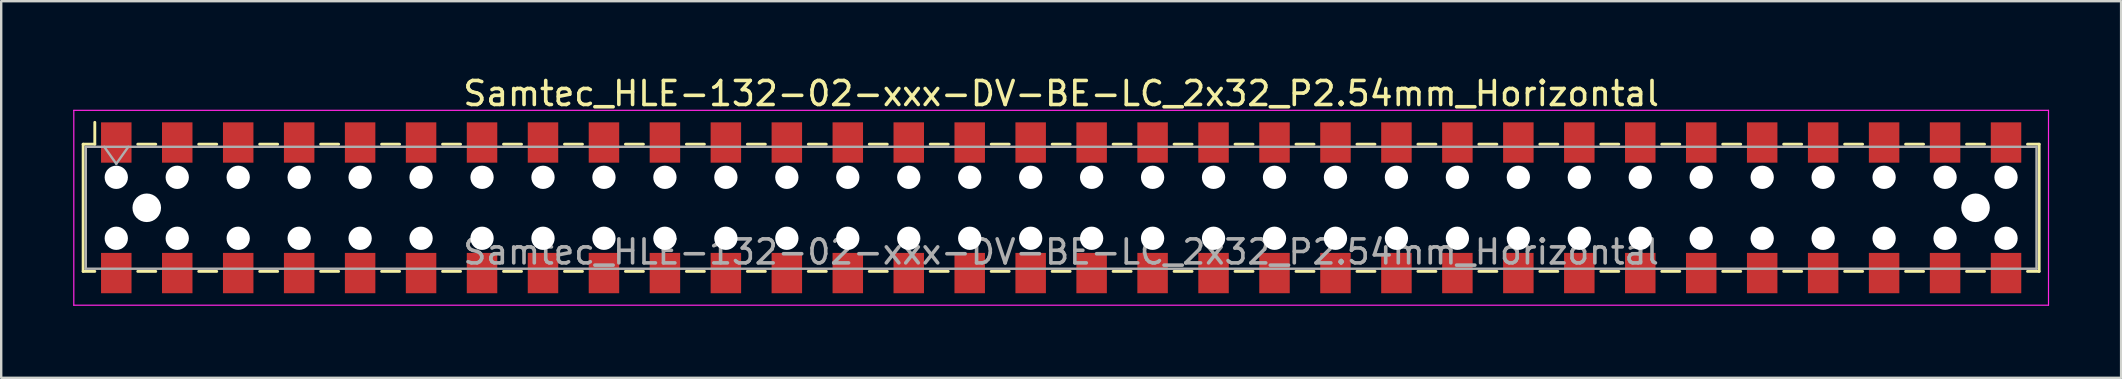
<source format=kicad_pcb>
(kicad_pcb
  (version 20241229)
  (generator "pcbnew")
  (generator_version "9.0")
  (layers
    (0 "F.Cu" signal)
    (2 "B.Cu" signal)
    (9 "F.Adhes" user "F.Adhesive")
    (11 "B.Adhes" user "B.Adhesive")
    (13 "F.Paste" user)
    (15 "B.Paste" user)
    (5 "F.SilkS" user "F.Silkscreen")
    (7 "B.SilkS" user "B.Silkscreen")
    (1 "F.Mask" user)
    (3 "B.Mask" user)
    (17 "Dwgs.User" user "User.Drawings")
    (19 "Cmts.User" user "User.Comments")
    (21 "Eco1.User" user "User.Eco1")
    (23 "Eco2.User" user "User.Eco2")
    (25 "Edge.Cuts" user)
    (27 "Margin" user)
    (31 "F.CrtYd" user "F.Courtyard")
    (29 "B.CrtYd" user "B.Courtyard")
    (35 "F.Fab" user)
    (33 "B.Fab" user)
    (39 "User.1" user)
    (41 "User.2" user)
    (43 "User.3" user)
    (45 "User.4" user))
  (footprint "Samtec_HLE-132-02-xxx-DV-BE-LC_2x32_P2.54mm_Horizontal"
    (layer "F.Cu")
    (at 41.165 5.608)
    (property "Reference" "Samtec_HLE-132-02-xxx-DV-BE-LC_2x32_P2.54mm_Horizontal" (at 0 -4.76 0) (layer "F.SilkS") (effects (font (size 1 1) (thickness 0.15))))
    (attr smd)
    (fp_line (start -40.75 -2.65) (end -40.75 2.65) (stroke (width 0.12) (type solid)) (layer "F.SilkS"))
    (fp_line (start -40.75 2.65) (end -40.265 2.65) (stroke (width 0.12) (type solid)) (layer "F.SilkS"))
    (fp_line (start -40.265 -3.56) (end -40.265 -2.65) (stroke (width 0.12) (type solid)) (layer "F.SilkS"))
    (fp_line (start -40.265 -2.65) (end -40.75 -2.65) (stroke (width 0.12) (type solid)) (layer "F.SilkS"))
    (fp_line (start -38.475 -2.65) (end -37.725 -2.65) (stroke (width 0.12) (type solid)) (layer "F.SilkS"))
    (fp_line (start -38.475 2.65) (end -37.725 2.65) (stroke (width 0.12) (type solid)) (layer "F.SilkS"))
    (fp_line (start -35.935 -2.65) (end -35.185 -2.65) (stroke (width 0.12) (type solid)) (layer "F.SilkS"))
    (fp_line (start -35.935 2.65) (end -35.185 2.65) (stroke (width 0.12) (type solid)) (layer "F.SilkS"))
    (fp_line (start -33.395 -2.65) (end -32.645 -2.65) (stroke (width 0.12) (type solid)) (layer "F.SilkS"))
    (fp_line (start -33.395 2.65) (end -32.645 2.65) (stroke (width 0.12) (type solid)) (layer "F.SilkS"))
    (fp_line (start -30.855 -2.65) (end -30.105 -2.65) (stroke (width 0.12) (type solid)) (layer "F.SilkS"))
    (fp_line (start -30.855 2.65) (end -30.105 2.65) (stroke (width 0.12) (type solid)) (layer "F.SilkS"))
    (fp_line (start -28.315 -2.65) (end -27.565 -2.65) (stroke (width 0.12) (type solid)) (layer "F.SilkS"))
    (fp_line (start -28.315 2.65) (end -27.565 2.65) (stroke (width 0.12) (type solid)) (layer "F.SilkS"))
    (fp_line (start -25.775 -2.65) (end -25.025 -2.65) (stroke (width 0.12) (type solid)) (layer "F.SilkS"))
    (fp_line (start -25.775 2.65) (end -25.025 2.65) (stroke (width 0.12) (type solid)) (layer "F.SilkS"))
    (fp_line (start -23.235 -2.65) (end -22.485 -2.65) (stroke (width 0.12) (type solid)) (layer "F.SilkS"))
    (fp_line (start -23.235 2.65) (end -22.485 2.65) (stroke (width 0.12) (type solid)) (layer "F.SilkS"))
    (fp_line (start -20.695 -2.65) (end -19.945 -2.65) (stroke (width 0.12) (type solid)) (layer "F.SilkS"))
    (fp_line (start -20.695 2.65) (end -19.945 2.65) (stroke (width 0.12) (type solid)) (layer "F.SilkS"))
    (fp_line (start -18.155 -2.65) (end -17.405 -2.65) (stroke (width 0.12) (type solid)) (layer "F.SilkS"))
    (fp_line (start -18.155 2.65) (end -17.405 2.65) (stroke (width 0.12) (type solid)) (layer "F.SilkS"))
    (fp_line (start -15.615 -2.65) (end -14.865 -2.65) (stroke (width 0.12) (type solid)) (layer "F.SilkS"))
    (fp_line (start -15.615 2.65) (end -14.865 2.65) (stroke (width 0.12) (type solid)) (layer "F.SilkS"))
    (fp_line (start -13.075 -2.65) (end -12.325 -2.65) (stroke (width 0.12) (type solid)) (layer "F.SilkS"))
    (fp_line (start -13.075 2.65) (end -12.325 2.65) (stroke (width 0.12) (type solid)) (layer "F.SilkS"))
    (fp_line (start -10.535 -2.65) (end -9.785 -2.65) (stroke (width 0.12) (type solid)) (layer "F.SilkS"))
    (fp_line (start -10.535 2.65) (end -9.785 2.65) (stroke (width 0.12) (type solid)) (layer "F.SilkS"))
    (fp_line (start -7.995 -2.65) (end -7.245 -2.65) (stroke (width 0.12) (type solid)) (layer "F.SilkS"))
    (fp_line (start -7.995 2.65) (end -7.245 2.65) (stroke (width 0.12) (type solid)) (layer "F.SilkS"))
    (fp_line (start -5.455 -2.65) (end -4.705 -2.65) (stroke (width 0.12) (type solid)) (layer "F.SilkS"))
    (fp_line (start -5.455 2.65) (end -4.705 2.65) (stroke (width 0.12) (type solid)) (layer "F.SilkS"))
    (fp_line (start -2.915 -2.65) (end -2.165 -2.65) (stroke (width 0.12) (type solid)) (layer "F.SilkS"))
    (fp_line (start -2.915 2.65) (end -2.165 2.65) (stroke (width 0.12) (type solid)) (layer "F.SilkS"))
    (fp_line (start -0.375 -2.65) (end 0.375 -2.65) (stroke (width 0.12) (type solid)) (layer "F.SilkS"))
    (fp_line (start -0.375 2.65) (end 0.375 2.65) (stroke (width 0.12) (type solid)) (layer "F.SilkS"))
    (fp_line (start 2.165 -2.65) (end 2.915 -2.65) (stroke (width 0.12) (type solid)) (layer "F.SilkS"))
    (fp_line (start 2.165 2.65) (end 2.915 2.65) (stroke (width 0.12) (type solid)) (layer "F.SilkS"))
    (fp_line (start 4.705 -2.65) (end 5.455 -2.65) (stroke (width 0.12) (type solid)) (layer "F.SilkS"))
    (fp_line (start 4.705 2.65) (end 5.455 2.65) (stroke (width 0.12) (type solid)) (layer "F.SilkS"))
    (fp_line (start 7.245 -2.65) (end 7.995 -2.65) (stroke (width 0.12) (type solid)) (layer "F.SilkS"))
    (fp_line (start 7.245 2.65) (end 7.995 2.65) (stroke (width 0.12) (type solid)) (layer "F.SilkS"))
    (fp_line (start 9.785 -2.65) (end 10.535 -2.65) (stroke (width 0.12) (type solid)) (layer "F.SilkS"))
    (fp_line (start 9.785 2.65) (end 10.535 2.65) (stroke (width 0.12) (type solid)) (layer "F.SilkS"))
    (fp_line (start 12.325 -2.65) (end 13.075 -2.65) (stroke (width 0.12) (type solid)) (layer "F.SilkS"))
    (fp_line (start 12.325 2.65) (end 13.075 2.65) (stroke (width 0.12) (type solid)) (layer "F.SilkS"))
    (fp_line (start 14.865 -2.65) (end 15.615 -2.65) (stroke (width 0.12) (type solid)) (layer "F.SilkS"))
    (fp_line (start 14.865 2.65) (end 15.615 2.65) (stroke (width 0.12) (type solid)) (layer "F.SilkS"))
    (fp_line (start 17.405 -2.65) (end 18.155 -2.65) (stroke (width 0.12) (type solid)) (layer "F.SilkS"))
    (fp_line (start 17.405 2.65) (end 18.155 2.65) (stroke (width 0.12) (type solid)) (layer "F.SilkS"))
    (fp_line (start 19.945 -2.65) (end 20.695 -2.65) (stroke (width 0.12) (type solid)) (layer "F.SilkS"))
    (fp_line (start 19.945 2.65) (end 20.695 2.65) (stroke (width 0.12) (type solid)) (layer "F.SilkS"))
    (fp_line (start 22.485 -2.65) (end 23.235 -2.65) (stroke (width 0.12) (type solid)) (layer "F.SilkS"))
    (fp_line (start 22.485 2.65) (end 23.235 2.65) (stroke (width 0.12) (type solid)) (layer "F.SilkS"))
    (fp_line (start 25.025 -2.65) (end 25.775 -2.65) (stroke (width 0.12) (type solid)) (layer "F.SilkS"))
    (fp_line (start 25.025 2.65) (end 25.775 2.65) (stroke (width 0.12) (type solid)) (layer "F.SilkS"))
    (fp_line (start 27.565 -2.65) (end 28.315 -2.65) (stroke (width 0.12) (type solid)) (layer "F.SilkS"))
    (fp_line (start 27.565 2.65) (end 28.315 2.65) (stroke (width 0.12) (type solid)) (layer "F.SilkS"))
    (fp_line (start 30.105 -2.65) (end 30.855 -2.65) (stroke (width 0.12) (type solid)) (layer "F.SilkS"))
    (fp_line (start 30.105 2.65) (end 30.855 2.65) (stroke (width 0.12) (type solid)) (layer "F.SilkS"))
    (fp_line (start 32.645 -2.65) (end 33.395 -2.65) (stroke (width 0.12) (type solid)) (layer "F.SilkS"))
    (fp_line (start 32.645 2.65) (end 33.395 2.65) (stroke (width 0.12) (type solid)) (layer "F.SilkS"))
    (fp_line (start 35.185 -2.65) (end 35.935 -2.65) (stroke (width 0.12) (type solid)) (layer "F.SilkS"))
    (fp_line (start 35.185 2.65) (end 35.935 2.65) (stroke (width 0.12) (type solid)) (layer "F.SilkS"))
    (fp_line (start 37.725 -2.65) (end 38.475 -2.65) (stroke (width 0.12) (type solid)) (layer "F.SilkS"))
    (fp_line (start 37.725 2.65) (end 38.475 2.65) (stroke (width 0.12) (type solid)) (layer "F.SilkS"))
    (fp_line (start 40.265 -2.65) (end 40.75 -2.65) (stroke (width 0.12) (type solid)) (layer "F.SilkS"))
    (fp_line (start 40.75 -2.65) (end 40.75 2.65) (stroke (width 0.12) (type solid)) (layer "F.SilkS"))
    (fp_line (start 40.75 2.65) (end 40.265 2.65) (stroke (width 0.12) (type solid)) (layer "F.SilkS"))
    (fp_line (start -41.14 -4.06) (end 41.14 -4.06) (stroke (width 0.05) (type solid)) (layer "F.CrtYd"))
    (fp_line (start -41.14 4.06) (end -41.14 -4.06) (stroke (width 0.05) (type solid)) (layer "F.CrtYd"))
    (fp_line (start 41.14 -4.06) (end 41.14 4.06) (stroke (width 0.05) (type solid)) (layer "F.CrtYd"))
    (fp_line (start 41.14 4.06) (end -41.14 4.06) (stroke (width 0.05) (type solid)) (layer "F.CrtYd"))
    (fp_line (start -40.64 -2.54) (end 40.64 -2.54) (stroke (width 0.1) (type solid)) (layer "F.Fab"))
    (fp_line (start -40.64 2.54) (end -40.64 -2.54) (stroke (width 0.1) (type solid)) (layer "F.Fab"))
    (fp_line (start -39.87 -2.54) (end -39.37 -1.833) (stroke (width 0.1) (type solid)) (layer "F.Fab"))
    (fp_line (start -39.37 -1.833) (end -38.87 -2.54) (stroke (width 0.1) (type solid)) (layer "F.Fab"))
    (fp_line (start 40.64 -2.54) (end 40.64 2.54) (stroke (width 0.1) (type solid)) (layer "F.Fab"))
    (fp_line (start 40.64 2.54) (end -40.64 2.54) (stroke (width 0.1) (type solid)) (layer "F.Fab"))
    (fp_text user "${REFERENCE}" (at 0 1.84 0) (layer "F.Fab") (effects (font (size 1 1) (thickness 0.15))))
    (pad "" np_thru_hole circle (at -39.37 -1.27) (size 0.97 0.97) (drill 0.97) (layers "*.Cu" "*.Mask"))
    (pad "" np_thru_hole circle (at -39.37 1.27) (size 0.97 0.97) (drill 0.97) (layers "*.Cu" "*.Mask"))
    (pad "" np_thru_hole circle (at -38.1 0) (size 1.19 1.19) (drill 1.19) (layers "*.Cu" "*.Mask"))
    (pad "" np_thru_hole circle (at -36.83 -1.27) (size 0.97 0.97) (drill 0.97) (layers "*.Cu" "*.Mask"))
    (pad "" np_thru_hole circle (at -36.83 1.27) (size 0.97 0.97) (drill 0.97) (layers "*.Cu" "*.Mask"))
    (pad "" np_thru_hole circle (at -34.29 -1.27) (size 0.97 0.97) (drill 0.97) (layers "*.Cu" "*.Mask"))
    (pad "" np_thru_hole circle (at -34.29 1.27) (size 0.97 0.97) (drill 0.97) (layers "*.Cu" "*.Mask"))
    (pad "" np_thru_hole circle (at -31.75 -1.27) (size 0.97 0.97) (drill 0.97) (layers "*.Cu" "*.Mask"))
    (pad "" np_thru_hole circle (at -31.75 1.27) (size 0.97 0.97) (drill 0.97) (layers "*.Cu" "*.Mask"))
    (pad "" np_thru_hole circle (at -29.21 -1.27) (size 0.97 0.97) (drill 0.97) (layers "*.Cu" "*.Mask"))
    (pad "" np_thru_hole circle (at -29.21 1.27) (size 0.97 0.97) (drill 0.97) (layers "*.Cu" "*.Mask"))
    (pad "" np_thru_hole circle (at -26.67 -1.27) (size 0.97 0.97) (drill 0.97) (layers "*.Cu" "*.Mask"))
    (pad "" np_thru_hole circle (at -26.67 1.27) (size 0.97 0.97) (drill 0.97) (layers "*.Cu" "*.Mask"))
    (pad "" np_thru_hole circle (at -24.13 -1.27) (size 0.97 0.97) (drill 0.97) (layers "*.Cu" "*.Mask"))
    (pad "" np_thru_hole circle (at -24.13 1.27) (size 0.97 0.97) (drill 0.97) (layers "*.Cu" "*.Mask"))
    (pad "" np_thru_hole circle (at -21.59 -1.27) (size 0.97 0.97) (drill 0.97) (layers "*.Cu" "*.Mask"))
    (pad "" np_thru_hole circle (at -21.59 1.27) (size 0.97 0.97) (drill 0.97) (layers "*.Cu" "*.Mask"))
    (pad "" np_thru_hole circle (at -19.05 -1.27) (size 0.97 0.97) (drill 0.97) (layers "*.Cu" "*.Mask"))
    (pad "" np_thru_hole circle (at -19.05 1.27) (size 0.97 0.97) (drill 0.97) (layers "*.Cu" "*.Mask"))
    (pad "" np_thru_hole circle (at -16.51 -1.27) (size 0.97 0.97) (drill 0.97) (layers "*.Cu" "*.Mask"))
    (pad "" np_thru_hole circle (at -16.51 1.27) (size 0.97 0.97) (drill 0.97) (layers "*.Cu" "*.Mask"))
    (pad "" np_thru_hole circle (at -13.97 -1.27) (size 0.97 0.97) (drill 0.97) (layers "*.Cu" "*.Mask"))
    (pad "" np_thru_hole circle (at -13.97 1.27) (size 0.97 0.97) (drill 0.97) (layers "*.Cu" "*.Mask"))
    (pad "" np_thru_hole circle (at -11.43 -1.27) (size 0.97 0.97) (drill 0.97) (layers "*.Cu" "*.Mask"))
    (pad "" np_thru_hole circle (at -11.43 1.27) (size 0.97 0.97) (drill 0.97) (layers "*.Cu" "*.Mask"))
    (pad "" np_thru_hole circle (at -8.89 -1.27) (size 0.97 0.97) (drill 0.97) (layers "*.Cu" "*.Mask"))
    (pad "" np_thru_hole circle (at -8.89 1.27) (size 0.97 0.97) (drill 0.97) (layers "*.Cu" "*.Mask"))
    (pad "" np_thru_hole circle (at -6.35 -1.27) (size 0.97 0.97) (drill 0.97) (layers "*.Cu" "*.Mask"))
    (pad "" np_thru_hole circle (at -6.35 1.27) (size 0.97 0.97) (drill 0.97) (layers "*.Cu" "*.Mask"))
    (pad "" np_thru_hole circle (at -3.81 -1.27) (size 0.97 0.97) (drill 0.97) (layers "*.Cu" "*.Mask"))
    (pad "" np_thru_hole circle (at -3.81 1.27) (size 0.97 0.97) (drill 0.97) (layers "*.Cu" "*.Mask"))
    (pad "" np_thru_hole circle (at -1.27 -1.27) (size 0.97 0.97) (drill 0.97) (layers "*.Cu" "*.Mask"))
    (pad "" np_thru_hole circle (at -1.27 1.27) (size 0.97 0.97) (drill 0.97) (layers "*.Cu" "*.Mask"))
    (pad "" np_thru_hole circle (at 1.27 -1.27) (size 0.97 0.97) (drill 0.97) (layers "*.Cu" "*.Mask"))
    (pad "" np_thru_hole circle (at 1.27 1.27) (size 0.97 0.97) (drill 0.97) (layers "*.Cu" "*.Mask"))
    (pad "" np_thru_hole circle (at 3.81 -1.27) (size 0.97 0.97) (drill 0.97) (layers "*.Cu" "*.Mask"))
    (pad "" np_thru_hole circle (at 3.81 1.27) (size 0.97 0.97) (drill 0.97) (layers "*.Cu" "*.Mask"))
    (pad "" np_thru_hole circle (at 6.35 -1.27) (size 0.97 0.97) (drill 0.97) (layers "*.Cu" "*.Mask"))
    (pad "" np_thru_hole circle (at 6.35 1.27) (size 0.97 0.97) (drill 0.97) (layers "*.Cu" "*.Mask"))
    (pad "" np_thru_hole circle (at 8.89 -1.27) (size 0.97 0.97) (drill 0.97) (layers "*.Cu" "*.Mask"))
    (pad "" np_thru_hole circle (at 8.89 1.27) (size 0.97 0.97) (drill 0.97) (layers "*.Cu" "*.Mask"))
    (pad "" np_thru_hole circle (at 11.43 -1.27) (size 0.97 0.97) (drill 0.97) (layers "*.Cu" "*.Mask"))
    (pad "" np_thru_hole circle (at 11.43 1.27) (size 0.97 0.97) (drill 0.97) (layers "*.Cu" "*.Mask"))
    (pad "" np_thru_hole circle (at 13.97 -1.27) (size 0.97 0.97) (drill 0.97) (layers "*.Cu" "*.Mask"))
    (pad "" np_thru_hole circle (at 13.97 1.27) (size 0.97 0.97) (drill 0.97) (layers "*.Cu" "*.Mask"))
    (pad "" np_thru_hole circle (at 16.51 -1.27) (size 0.97 0.97) (drill 0.97) (layers "*.Cu" "*.Mask"))
    (pad "" np_thru_hole circle (at 16.51 1.27) (size 0.97 0.97) (drill 0.97) (layers "*.Cu" "*.Mask"))
    (pad "" np_thru_hole circle (at 19.05 -1.27) (size 0.97 0.97) (drill 0.97) (layers "*.Cu" "*.Mask"))
    (pad "" np_thru_hole circle (at 19.05 1.27) (size 0.97 0.97) (drill 0.97) (layers "*.Cu" "*.Mask"))
    (pad "" np_thru_hole circle (at 21.59 -1.27) (size 0.97 0.97) (drill 0.97) (layers "*.Cu" "*.Mask"))
    (pad "" np_thru_hole circle (at 21.59 1.27) (size 0.97 0.97) (drill 0.97) (layers "*.Cu" "*.Mask"))
    (pad "" np_thru_hole circle (at 24.13 -1.27) (size 0.97 0.97) (drill 0.97) (layers "*.Cu" "*.Mask"))
    (pad "" np_thru_hole circle (at 24.13 1.27) (size 0.97 0.97) (drill 0.97) (layers "*.Cu" "*.Mask"))
    (pad "" np_thru_hole circle (at 26.67 -1.27) (size 0.97 0.97) (drill 0.97) (layers "*.Cu" "*.Mask"))
    (pad "" np_thru_hole circle (at 26.67 1.27) (size 0.97 0.97) (drill 0.97) (layers "*.Cu" "*.Mask"))
    (pad "" np_thru_hole circle (at 29.21 -1.27) (size 0.97 0.97) (drill 0.97) (layers "*.Cu" "*.Mask"))
    (pad "" np_thru_hole circle (at 29.21 1.27) (size 0.97 0.97) (drill 0.97) (layers "*.Cu" "*.Mask"))
    (pad "" np_thru_hole circle (at 31.75 -1.27) (size 0.97 0.97) (drill 0.97) (layers "*.Cu" "*.Mask"))
    (pad "" np_thru_hole circle (at 31.75 1.27) (size 0.97 0.97) (drill 0.97) (layers "*.Cu" "*.Mask"))
    (pad "" np_thru_hole circle (at 34.29 -1.27) (size 0.97 0.97) (drill 0.97) (layers "*.Cu" "*.Mask"))
    (pad "" np_thru_hole circle (at 34.29 1.27) (size 0.97 0.97) (drill 0.97) (layers "*.Cu" "*.Mask"))
    (pad "" np_thru_hole circle (at 36.83 -1.27) (size 0.97 0.97) (drill 0.97) (layers "*.Cu" "*.Mask"))
    (pad "" np_thru_hole circle (at 36.83 1.27) (size 0.97 0.97) (drill 0.97) (layers "*.Cu" "*.Mask"))
    (pad "" np_thru_hole circle (at 38.1 0) (size 1.19 1.19) (drill 1.19) (layers "*.Cu" "*.Mask"))
    (pad "" np_thru_hole circle (at 39.37 -1.27) (size 0.97 0.97) (drill 0.97) (layers "*.Cu" "*.Mask"))
    (pad "" np_thru_hole circle (at 39.37 1.27) (size 0.97 0.97) (drill 0.97) (layers "*.Cu" "*.Mask"))
    (pad "1" smd rect (at -39.37 -2.72) (size 1.27 1.68) (layers "F.Cu" "F.Mask" "F.Paste"))
    (pad "2" smd rect (at -39.37 2.72) (size 1.27 1.68) (layers "F.Cu" "F.Mask" "F.Paste"))
    (pad "3" smd rect (at -36.83 -2.72) (size 1.27 1.68) (layers "F.Cu" "F.Mask" "F.Paste"))
    (pad "4" smd rect (at -36.83 2.72) (size 1.27 1.68) (layers "F.Cu" "F.Mask" "F.Paste"))
    (pad "5" smd rect (at -34.29 -2.72) (size 1.27 1.68) (layers "F.Cu" "F.Mask" "F.Paste"))
    (pad "6" smd rect (at -34.29 2.72) (size 1.27 1.68) (layers "F.Cu" "F.Mask" "F.Paste"))
    (pad "7" smd rect (at -31.75 -2.72) (size 1.27 1.68) (layers "F.Cu" "F.Mask" "F.Paste"))
    (pad "8" smd rect (at -31.75 2.72) (size 1.27 1.68) (layers "F.Cu" "F.Mask" "F.Paste"))
    (pad "9" smd rect (at -29.21 -2.72) (size 1.27 1.68) (layers "F.Cu" "F.Mask" "F.Paste"))
    (pad "10" smd rect (at -29.21 2.72) (size 1.27 1.68) (layers "F.Cu" "F.Mask" "F.Paste"))
    (pad "11" smd rect (at -26.67 -2.72) (size 1.27 1.68) (layers "F.Cu" "F.Mask" "F.Paste"))
    (pad "12" smd rect (at -26.67 2.72) (size 1.27 1.68) (layers "F.Cu" "F.Mask" "F.Paste"))
    (pad "13" smd rect (at -24.13 -2.72) (size 1.27 1.68) (layers "F.Cu" "F.Mask" "F.Paste"))
    (pad "14" smd rect (at -24.13 2.72) (size 1.27 1.68) (layers "F.Cu" "F.Mask" "F.Paste"))
    (pad "15" smd rect (at -21.59 -2.72) (size 1.27 1.68) (layers "F.Cu" "F.Mask" "F.Paste"))
    (pad "16" smd rect (at -21.59 2.72) (size 1.27 1.68) (layers "F.Cu" "F.Mask" "F.Paste"))
    (pad "17" smd rect (at -19.05 -2.72) (size 1.27 1.68) (layers "F.Cu" "F.Mask" "F.Paste"))
    (pad "18" smd rect (at -19.05 2.72) (size 1.27 1.68) (layers "F.Cu" "F.Mask" "F.Paste"))
    (pad "19" smd rect (at -16.51 -2.72) (size 1.27 1.68) (layers "F.Cu" "F.Mask" "F.Paste"))
    (pad "20" smd rect (at -16.51 2.72) (size 1.27 1.68) (layers "F.Cu" "F.Mask" "F.Paste"))
    (pad "21" smd rect (at -13.97 -2.72) (size 1.27 1.68) (layers "F.Cu" "F.Mask" "F.Paste"))
    (pad "22" smd rect (at -13.97 2.72) (size 1.27 1.68) (layers "F.Cu" "F.Mask" "F.Paste"))
    (pad "23" smd rect (at -11.43 -2.72) (size 1.27 1.68) (layers "F.Cu" "F.Mask" "F.Paste"))
    (pad "24" smd rect (at -11.43 2.72) (size 1.27 1.68) (layers "F.Cu" "F.Mask" "F.Paste"))
    (pad "25" smd rect (at -8.89 -2.72) (size 1.27 1.68) (layers "F.Cu" "F.Mask" "F.Paste"))
    (pad "26" smd rect (at -8.89 2.72) (size 1.27 1.68) (layers "F.Cu" "F.Mask" "F.Paste"))
    (pad "27" smd rect (at -6.35 -2.72) (size 1.27 1.68) (layers "F.Cu" "F.Mask" "F.Paste"))
    (pad "28" smd rect (at -6.35 2.72) (size 1.27 1.68) (layers "F.Cu" "F.Mask" "F.Paste"))
    (pad "29" smd rect (at -3.81 -2.72) (size 1.27 1.68) (layers "F.Cu" "F.Mask" "F.Paste"))
    (pad "30" smd rect (at -3.81 2.72) (size 1.27 1.68) (layers "F.Cu" "F.Mask" "F.Paste"))
    (pad "31" smd rect (at -1.27 -2.72) (size 1.27 1.68) (layers "F.Cu" "F.Mask" "F.Paste"))
    (pad "32" smd rect (at -1.27 2.72) (size 1.27 1.68) (layers "F.Cu" "F.Mask" "F.Paste"))
    (pad "33" smd rect (at 1.27 -2.72) (size 1.27 1.68) (layers "F.Cu" "F.Mask" "F.Paste"))
    (pad "34" smd rect (at 1.27 2.72) (size 1.27 1.68) (layers "F.Cu" "F.Mask" "F.Paste"))
    (pad "35" smd rect (at 3.81 -2.72) (size 1.27 1.68) (layers "F.Cu" "F.Mask" "F.Paste"))
    (pad "36" smd rect (at 3.81 2.72) (size 1.27 1.68) (layers "F.Cu" "F.Mask" "F.Paste"))
    (pad "37" smd rect (at 6.35 -2.72) (size 1.27 1.68) (layers "F.Cu" "F.Mask" "F.Paste"))
    (pad "38" smd rect (at 6.35 2.72) (size 1.27 1.68) (layers "F.Cu" "F.Mask" "F.Paste"))
    (pad "39" smd rect (at 8.89 -2.72) (size 1.27 1.68) (layers "F.Cu" "F.Mask" "F.Paste"))
    (pad "40" smd rect (at 8.89 2.72) (size 1.27 1.68) (layers "F.Cu" "F.Mask" "F.Paste"))
    (pad "41" smd rect (at 11.43 -2.72) (size 1.27 1.68) (layers "F.Cu" "F.Mask" "F.Paste"))
    (pad "42" smd rect (at 11.43 2.72) (size 1.27 1.68) (layers "F.Cu" "F.Mask" "F.Paste"))
    (pad "43" smd rect (at 13.97 -2.72) (size 1.27 1.68) (layers "F.Cu" "F.Mask" "F.Paste"))
    (pad "44" smd rect (at 13.97 2.72) (size 1.27 1.68) (layers "F.Cu" "F.Mask" "F.Paste"))
    (pad "45" smd rect (at 16.51 -2.72) (size 1.27 1.68) (layers "F.Cu" "F.Mask" "F.Paste"))
    (pad "46" smd rect (at 16.51 2.72) (size 1.27 1.68) (layers "F.Cu" "F.Mask" "F.Paste"))
    (pad "47" smd rect (at 19.05 -2.72) (size 1.27 1.68) (layers "F.Cu" "F.Mask" "F.Paste"))
    (pad "48" smd rect (at 19.05 2.72) (size 1.27 1.68) (layers "F.Cu" "F.Mask" "F.Paste"))
    (pad "49" smd rect (at 21.59 -2.72) (size 1.27 1.68) (layers "F.Cu" "F.Mask" "F.Paste"))
    (pad "50" smd rect (at 21.59 2.72) (size 1.27 1.68) (layers "F.Cu" "F.Mask" "F.Paste"))
    (pad "51" smd rect (at 24.13 -2.72) (size 1.27 1.68) (layers "F.Cu" "F.Mask" "F.Paste"))
    (pad "52" smd rect (at 24.13 2.72) (size 1.27 1.68) (layers "F.Cu" "F.Mask" "F.Paste"))
    (pad "53" smd rect (at 26.67 -2.72) (size 1.27 1.68) (layers "F.Cu" "F.Mask" "F.Paste"))
    (pad "54" smd rect (at 26.67 2.72) (size 1.27 1.68) (layers "F.Cu" "F.Mask" "F.Paste"))
    (pad "55" smd rect (at 29.21 -2.72) (size 1.27 1.68) (layers "F.Cu" "F.Mask" "F.Paste"))
    (pad "56" smd rect (at 29.21 2.72) (size 1.27 1.68) (layers "F.Cu" "F.Mask" "F.Paste"))
    (pad "57" smd rect (at 31.75 -2.72) (size 1.27 1.68) (layers "F.Cu" "F.Mask" "F.Paste"))
    (pad "58" smd rect (at 31.75 2.72) (size 1.27 1.68) (layers "F.Cu" "F.Mask" "F.Paste"))
    (pad "59" smd rect (at 34.29 -2.72) (size 1.27 1.68) (layers "F.Cu" "F.Mask" "F.Paste"))
    (pad "60" smd rect (at 34.29 2.72) (size 1.27 1.68) (layers "F.Cu" "F.Mask" "F.Paste"))
    (pad "61" smd rect (at 36.83 -2.72) (size 1.27 1.68) (layers "F.Cu" "F.Mask" "F.Paste"))
    (pad "62" smd rect (at 36.83 2.72) (size 1.27 1.68) (layers "F.Cu" "F.Mask" "F.Paste"))
    (pad "63" smd rect (at 39.37 -2.72) (size 1.27 1.68) (layers "F.Cu" "F.Mask" "F.Paste"))
    (pad "64" smd rect (at 39.37 2.72) (size 1.27 1.68) (layers "F.Cu" "F.Mask" "F.Paste")))
  (gr_rect
    (start -3 -3)
    (end 85.33 12.693)
    (stroke (width 0.1) (type default))
    (fill no)
    (layer "Edge.Cuts")))
</source>
